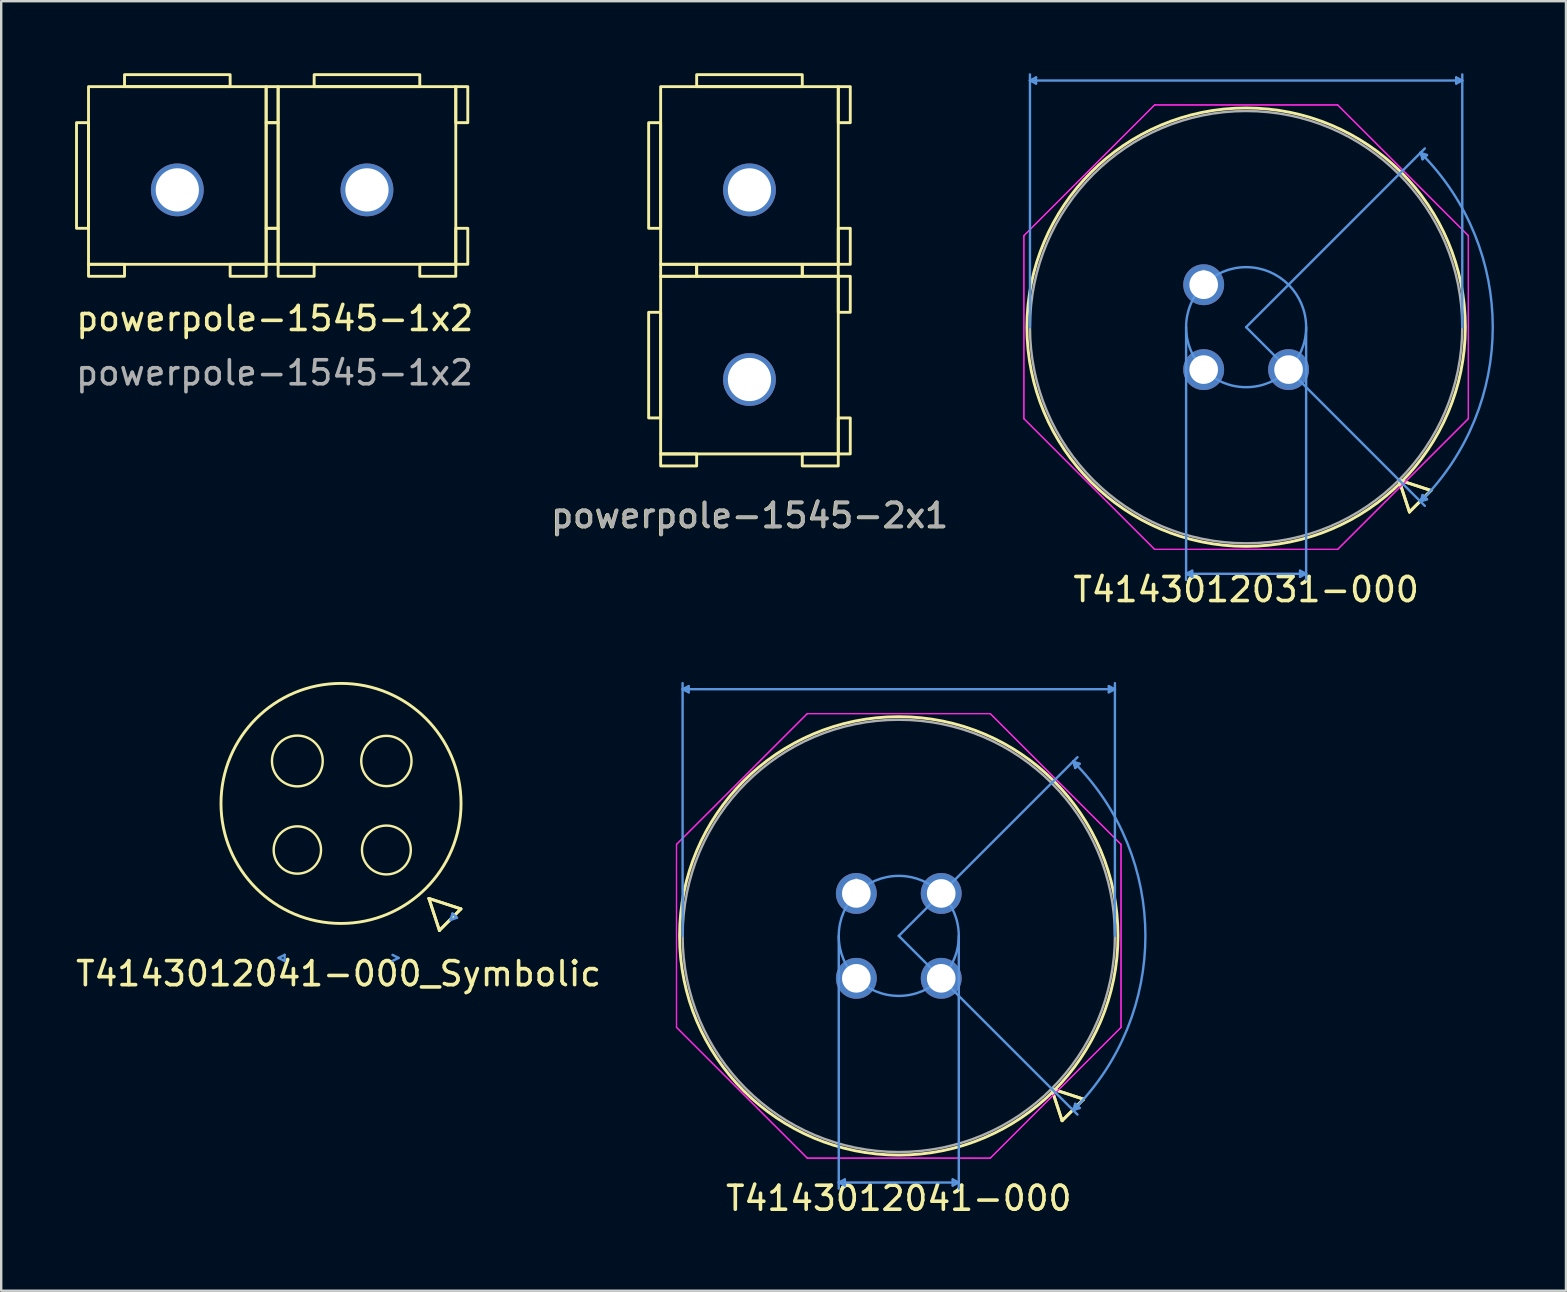
<source format=kicad_pcb>
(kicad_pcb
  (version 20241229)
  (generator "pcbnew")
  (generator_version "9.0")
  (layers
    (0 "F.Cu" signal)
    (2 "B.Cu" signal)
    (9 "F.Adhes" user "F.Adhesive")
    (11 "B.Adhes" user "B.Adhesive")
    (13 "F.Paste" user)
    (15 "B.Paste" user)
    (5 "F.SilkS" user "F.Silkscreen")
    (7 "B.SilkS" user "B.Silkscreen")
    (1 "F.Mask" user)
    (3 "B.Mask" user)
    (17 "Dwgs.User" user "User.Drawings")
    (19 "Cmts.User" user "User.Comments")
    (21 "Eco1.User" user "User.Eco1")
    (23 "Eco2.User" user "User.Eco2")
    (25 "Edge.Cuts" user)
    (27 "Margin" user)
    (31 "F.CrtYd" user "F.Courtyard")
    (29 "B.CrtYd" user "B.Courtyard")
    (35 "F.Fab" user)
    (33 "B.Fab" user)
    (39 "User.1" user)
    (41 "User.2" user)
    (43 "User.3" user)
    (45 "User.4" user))
  (footprint "T4143012041-000"
    (layer "F.Cu")
    (at 32.623 34.169)
    (property "Reference" "T4143012041-000" (at 1.768 12.7 0) (layer "F.SilkS") (effects (font (size 1 1) (thickness 0.15))))
    (attr through_hole)
    (fp_line (start 8.135 8.135) (end 9.467 8.571) (stroke (width 0.12) (type solid)) (layer "F.SilkS"))
    (fp_line (start 8.135 8.135) (end 9.467 8.571) (stroke (width 0.12) (type solid)) (layer "F.SilkS"))
    (fp_line (start 8.571 9.467) (end 8.135 8.135) (stroke (width 0.12) (type solid)) (layer "F.SilkS"))
    (fp_line (start 8.571 9.467) (end 8.135 8.135) (stroke (width 0.12) (type solid)) (layer "F.SilkS"))
    (fp_line (start 9.467 8.571) (end 8.571 9.467) (stroke (width 0.12) (type solid)) (layer "F.SilkS"))
    (fp_line (start 9.467 8.571) (end 8.571 9.467) (stroke (width 0.12) (type solid)) (layer "F.SilkS"))
    (fp_circle (center 1.768 1.768) (end 10.899 1.768) (stroke (width 0.12) (type solid)) (fill no) (layer "F.SilkS"))
    (fp_line (start -7.237 -8.507) (end -6.983 -8.38) (stroke (width 0.1) (type solid)) (layer "Cmts.User"))
    (fp_line (start -7.237 -8.507) (end 10.772 -8.507) (stroke (width 0.1) (type solid)) (layer "Cmts.User"))
    (fp_line (start -7.237 1.768) (end -7.237 -8.761) (stroke (width 0.1) (type solid)) (layer "Cmts.User"))
    (fp_line (start -6.983 -8.634) (end -7.237 -8.507) (stroke (width 0.1) (type solid)) (layer "Cmts.User"))
    (fp_line (start -6.983 -8.38) (end -6.983 -8.634) (stroke (width 0.1) (type solid)) (layer "Cmts.User"))
    (fp_line (start -0.732 1.768) (end -0.732 12.296) (stroke (width 0.1) (type solid)) (layer "Cmts.User"))
    (fp_line (start -0.732 12.042) (end -0.478 11.915) (stroke (width 0.1) (type solid)) (layer "Cmts.User"))
    (fp_line (start -0.732 12.042) (end 4.268 12.042) (stroke (width 0.1) (type solid)) (layer "Cmts.User"))
    (fp_line (start -0.478 11.915) (end -0.478 12.169) (stroke (width 0.1) (type solid)) (layer "Cmts.User"))
    (fp_line (start -0.478 12.169) (end -0.732 12.042) (stroke (width 0.1) (type solid)) (layer "Cmts.User"))
    (fp_line (start 1.768 1.768) (end 9.212 -5.677) (stroke (width 0.1) (type solid)) (layer "Cmts.User"))
    (fp_line (start 1.768 1.768) (end 9.212 9.212) (stroke (width 0.1) (type solid)) (layer "Cmts.User"))
    (fp_line (start 4.014 11.915) (end 4.014 12.169) (stroke (width 0.1) (type solid)) (layer "Cmts.User"))
    (fp_line (start 4.014 12.169) (end 4.268 12.042) (stroke (width 0.1) (type solid)) (layer "Cmts.User"))
    (fp_line (start 4.268 1.768) (end 4.268 12.296) (stroke (width 0.1) (type solid)) (layer "Cmts.User"))
    (fp_line (start 4.268 12.042) (end 4.014 11.915) (stroke (width 0.1) (type solid)) (layer "Cmts.User"))
    (fp_line (start 9.033 -5.497) (end 9.302 -5.403) (stroke (width 0.1) (type solid)) (layer "Cmts.User"))
    (fp_line (start 9.033 9.033) (end 9.302 8.939) (stroke (width 0.1) (type solid)) (layer "Cmts.User"))
    (fp_line (start 9.118 -5.228) (end 9.033 -5.497) (stroke (width 0.1) (type solid)) (layer "Cmts.User"))
    (fp_line (start 9.118 8.763) (end 9.033 9.033) (stroke (width 0.1) (type solid)) (layer "Cmts.User"))
    (fp_line (start 9.302 -5.403) (end 9.118 -5.228) (stroke (width 0.1) (type solid)) (layer "Cmts.User"))
    (fp_line (start 9.302 8.939) (end 9.118 8.763) (stroke (width 0.1) (type solid)) (layer "Cmts.User"))
    (fp_line (start 10.518 -8.634) (end 10.772 -8.507) (stroke (width 0.1) (type solid)) (layer "Cmts.User"))
    (fp_line (start 10.518 -8.38) (end 10.518 -8.634) (stroke (width 0.1) (type solid)) (layer "Cmts.User"))
    (fp_line (start 10.772 -8.507) (end 10.518 -8.38) (stroke (width 0.1) (type solid)) (layer "Cmts.User"))
    (fp_line (start 10.772 1.768) (end 10.772 -8.761) (stroke (width 0.1) (type solid)) (layer "Cmts.User"))
    (fp_arc (start 9.032794 -5.49726) (mid 12.042067 1.767767) (end 9.032794 9.032794) (stroke (width 0.1) (type solid)) (layer "Cmts.User"))
    (fp_circle (center 1.768 1.768) (end 4.268 1.768) (stroke (width 0.1) (type solid)) (fill no) (layer "Cmts.User"))
    (fp_line (start -7.491 -2.044) (end -2.044 -7.491) (stroke (width 0.05) (type solid)) (layer "F.CrtYd"))
    (fp_line (start -7.491 -2.044) (end -2.044 -7.491) (stroke (width 0.05) (type solid)) (layer "F.CrtYd"))
    (fp_line (start -7.491 5.58) (end -7.491 -2.044) (stroke (width 0.05) (type solid)) (layer "F.CrtYd"))
    (fp_line (start -7.491 5.58) (end -7.491 -2.044) (stroke (width 0.05) (type solid)) (layer "F.CrtYd"))
    (fp_line (start -2.044 -7.491) (end 5.58 -7.491) (stroke (width 0.05) (type solid)) (layer "F.CrtYd"))
    (fp_line (start -2.044 -7.491) (end 5.58 -7.491) (stroke (width 0.05) (type solid)) (layer "F.CrtYd"))
    (fp_line (start -2.044 11.026) (end -7.491 5.58) (stroke (width 0.05) (type solid)) (layer "F.CrtYd"))
    (fp_line (start -2.044 11.026) (end -7.491 5.58) (stroke (width 0.05) (type solid)) (layer "F.CrtYd"))
    (fp_line (start 5.58 -7.491) (end 11.026 -2.044) (stroke (width 0.05) (type solid)) (layer "F.CrtYd"))
    (fp_line (start 5.58 -7.491) (end 11.026 -2.044) (stroke (width 0.05) (type solid)) (layer "F.CrtYd"))
    (fp_line (start 5.58 11.026) (end -2.044 11.026) (stroke (width 0.05) (type solid)) (layer "F.CrtYd"))
    (fp_line (start 5.58 11.026) (end -2.044 11.026) (stroke (width 0.05) (type solid)) (layer "F.CrtYd"))
    (fp_line (start 11.026 -2.044) (end 11.026 5.58) (stroke (width 0.05) (type solid)) (layer "F.CrtYd"))
    (fp_line (start 11.026 -2.044) (end 11.026 5.58) (stroke (width 0.05) (type solid)) (layer "F.CrtYd"))
    (fp_line (start 11.026 5.58) (end 5.58 11.026) (stroke (width 0.05) (type solid)) (layer "F.CrtYd"))
    (fp_line (start 11.026 5.58) (end 5.58 11.026) (stroke (width 0.05) (type solid)) (layer "F.CrtYd"))
    (fp_circle (center 1.768 1.768) (end 10.772 1.768) (stroke (width 0.1) (type solid)) (fill no) (layer "F.Fab"))
    (fp_text user "*" (at 0 0 0) (layer "F.SilkS") (effects (font (size 1 1) (thickness 0.15))))
    (fp_text user "Copyright 2021 Accelerated Designs. All rights reserved." (at 0 0 0) (layer "Cmts.User") (effects (font (size 0.127 0.127) (thickness 0.002))))
    (fp_text user "*" (at 0 0 0) (layer "F.Fab") (effects (font (size 1 1) (thickness 0.15))))
    (pad "1" thru_hole circle (at 3.536 3.536) (size 1.702 1.702) (drill 1.194) (layers "*.Cu" "*.Mask"))
    (pad "2" thru_hole circle (at 0.000001 3.536 90) (size 1.702 1.702) (drill 1.194) (layers "*.Cu" "*.Mask"))
    (pad "3" thru_hole circle (at 0.000001 0.000001) (size 1.702 1.702) (drill 1.194) (layers "*.Cu" "*.Mask"))
    (pad "4" thru_hole circle (at 3.536 0.000001 90) (size 1.702 1.702) (drill 1.194) (layers "*.Cu" "*.Mask")))
  (footprint "T4143012041-000_Symbolic"
    (layer "F.Cu")
    (at 9.388 28.651)
    (property "Reference" "T4143012041-000_Symbolic" (at 1.666 8.862 0) (layer "F.SilkS") (effects (font (size 1 1) (thickness 0.15))))
    (attr through_hole)
    (fp_line (start 5.43 5.726) (end 6.762 6.162) (stroke (width 0.12) (type solid)) (layer "F.SilkS"))
    (fp_line (start 5.43 5.726) (end 6.762 6.162) (stroke (width 0.12) (type solid)) (layer "F.SilkS"))
    (fp_line (start 5.866 7.058) (end 5.43 5.726) (stroke (width 0.12) (type solid)) (layer "F.SilkS"))
    (fp_line (start 5.866 7.058) (end 5.43 5.726) (stroke (width 0.12) (type solid)) (layer "F.SilkS"))
    (fp_line (start 6.762 6.162) (end 5.866 7.058) (stroke (width 0.12) (type solid)) (layer "F.SilkS"))
    (fp_line (start 6.762 6.162) (end 5.866 7.058) (stroke (width 0.12) (type solid)) (layer "F.SilkS"))
    (fp_circle (center -0.051 0) (end 0.813 -0.61) (stroke (width 0.1) (type solid)) (fill no) (layer "F.SilkS"))
    (fp_circle (center -0.051 3.708) (end 0.914 3.505) (stroke (width 0.1) (type solid)) (fill no) (layer "F.SilkS"))
    (fp_circle (center 1.768 1.768) (end 6.768 1.768) (stroke (width 0.12) (type solid)) (fill no) (layer "F.SilkS"))
    (fp_circle (center 3.658 0) (end 4.674 -0.254) (stroke (width 0.1) (type solid)) (fill no) (layer "F.SilkS"))
    (fp_circle (center 3.658 3.708) (end 4.674 3.658) (stroke (width 0.1) (type solid)) (fill no) (layer "F.SilkS"))
    (fp_line (start -0.834 8.204) (end -0.58 8.077) (stroke (width 0.1) (type solid)) (layer "Cmts.User"))
    (fp_line (start -0.58 8.077) (end -0.58 8.331) (stroke (width 0.1) (type solid)) (layer "Cmts.User"))
    (fp_line (start -0.58 8.331) (end -0.834 8.204) (stroke (width 0.1) (type solid)) (layer "Cmts.User"))
    (fp_line (start 3.912 8.331) (end 4.166 8.204) (stroke (width 0.1) (type solid)) (layer "Cmts.User"))
    (fp_line (start 4.166 8.204) (end 3.912 8.077) (stroke (width 0.1) (type solid)) (layer "Cmts.User"))
    (fp_line (start 6.328 6.624) (end 6.597 6.529) (stroke (width 0.1) (type solid)) (layer "Cmts.User"))
    (fp_line (start 6.413 6.354) (end 6.328 6.624) (stroke (width 0.1) (type solid)) (layer "Cmts.User"))
    (fp_line (start 6.597 6.529) (end 6.413 6.354) (stroke (width 0.1) (type solid)) (layer "Cmts.User"))
    (fp_text user "Copyright 2021 Accelerated Designs. All rights reserved." (at 0 0 0) (layer "Cmts.User") (effects (font (size 0.127 0.127) (thickness 0.002)))))
  (footprint "powerpole-1545-1x2"
    (layer "F.Cu")
    (at 12.237 4.86)
    (property "Reference" "powerpole-1545-1x2" (at -3.84 5.36 0) (unlocked yes) (layer "F.SilkS") (effects (font (size 1 1) (thickness 0.15))))
    (attr through_hole)
    (fp_rect (start -11.6 -4.3) (end -4.2 3.1) (stroke (width 0.12) (type solid)) (fill no) (layer "F.SilkS"))
    (fp_rect (start -11.6 1.6) (end -12.1 -2.8) (stroke (width 0.12) (type solid)) (fill no) (layer "F.SilkS"))
    (fp_rect (start -11.6 3.1) (end -10.1 3.6) (stroke (width 0.12) (type solid)) (fill no) (layer "F.SilkS"))
    (fp_rect (start -5.7 -4.8) (end -10.1 -4.3) (stroke (width 0.12) (type solid)) (fill no) (layer "F.SilkS"))
    (fp_rect (start -4.2 -4.3) (end -3.7 -2.8) (stroke (width 0.12) (type solid)) (fill no) (layer "F.SilkS"))
    (fp_rect (start -4.2 3.1) (end -5.7 3.6) (stroke (width 0.12) (type solid)) (fill no) (layer "F.SilkS"))
    (fp_rect (start -4.2 3.1) (end -3.7 1.6) (stroke (width 0.12) (type solid)) (fill no) (layer "F.SilkS"))
    (fp_rect (start -3.7 -4.3) (end 3.7 3.1) (stroke (width 0.12) (type solid)) (fill no) (layer "F.SilkS"))
    (fp_rect (start -3.7 1.6) (end -4.2 -2.8) (stroke (width 0.12) (type solid)) (fill no) (layer "F.SilkS"))
    (fp_rect (start -3.7 3.1) (end -2.2 3.6) (stroke (width 0.12) (type solid)) (fill no) (layer "F.SilkS"))
    (fp_rect (start 2.2 -4.8) (end -2.2 -4.3) (stroke (width 0.12) (type solid)) (fill no) (layer "F.SilkS"))
    (fp_rect (start 3.7 -4.3) (end 4.2 -2.8) (stroke (width 0.12) (type solid)) (fill no) (layer "F.SilkS"))
    (fp_rect (start 3.7 3.1) (end 2.2 3.6) (stroke (width 0.12) (type solid)) (fill no) (layer "F.SilkS"))
    (fp_rect (start 3.7 3.1) (end 4.2 1.6) (stroke (width 0.12) (type solid)) (fill no) (layer "F.SilkS"))
    (fp_text user "${REFERENCE}" (at -3.85 7.62 0) (unlocked yes) (layer "F.Fab") (effects (font (size 1 1) (thickness 0.15))))
    (pad "1" thru_hole circle (at 0 0) (size 2.2 2.2) (drill 1.8) (layers "*.Cu" "*.Mask"))
    (pad "2" thru_hole circle (at -7.9 0) (size 2.2 2.2) (drill 1.8) (layers "*.Cu" "*.Mask")))
  (footprint "powerpole-1545-2x1"
    (layer "F.Cu")
    (at 28.171 12.76)
    (property "Reference" "powerpole-1545-2x1" (at 0 5.67 0) (unlocked yes) (layer "F.SilkS") (effects (font (size 1 1) (thickness 0.15))))
    (attr through_hole)
    (fp_rect (start -3.7 -12.2) (end 3.7 -4.8) (stroke (width 0.12) (type solid)) (fill no) (layer "F.SilkS"))
    (fp_rect (start -3.7 -6.3) (end -4.2 -10.7) (stroke (width 0.12) (type solid)) (fill no) (layer "F.SilkS"))
    (fp_rect (start -3.7 -4.8) (end -2.2 -4.3) (stroke (width 0.12) (type solid)) (fill no) (layer "F.SilkS"))
    (fp_rect (start -3.7 -4.3) (end 3.7 3.1) (stroke (width 0.12) (type solid)) (fill no) (layer "F.SilkS"))
    (fp_rect (start -3.7 1.6) (end -4.2 -2.8) (stroke (width 0.12) (type solid)) (fill no) (layer "F.SilkS"))
    (fp_rect (start -3.7 3.1) (end -2.2 3.6) (stroke (width 0.12) (type solid)) (fill no) (layer "F.SilkS"))
    (fp_rect (start 2.2 -12.7) (end -2.2 -12.2) (stroke (width 0.12) (type solid)) (fill no) (layer "F.SilkS"))
    (fp_rect (start 2.2 -4.8) (end -2.2 -4.3) (stroke (width 0.12) (type solid)) (fill no) (layer "F.SilkS"))
    (fp_rect (start 3.7 -12.2) (end 4.2 -10.7) (stroke (width 0.12) (type solid)) (fill no) (layer "F.SilkS"))
    (fp_rect (start 3.7 -4.8) (end 2.2 -4.3) (stroke (width 0.12) (type solid)) (fill no) (layer "F.SilkS"))
    (fp_rect (start 3.7 -4.8) (end 4.2 -6.3) (stroke (width 0.12) (type solid)) (fill no) (layer "F.SilkS"))
    (fp_rect (start 3.7 -4.3) (end 4.2 -2.8) (stroke (width 0.12) (type solid)) (fill no) (layer "F.SilkS"))
    (fp_rect (start 3.7 3.1) (end 2.2 3.6) (stroke (width 0.12) (type solid)) (fill no) (layer "F.SilkS"))
    (fp_rect (start 3.7 3.1) (end 4.2 1.6) (stroke (width 0.12) (type solid)) (fill no) (layer "F.SilkS"))
    (fp_text user "${REFERENCE}" (at 0.02 5.66 0) (unlocked yes) (layer "F.Fab") (effects (font (size 1 1) (thickness 0.15))))
    (pad "1" thru_hole circle (at 0 0) (size 2.2 2.2) (drill 1.8) (layers "*.Cu" "*.Mask"))
    (pad "2" thru_hole circle (at 0 -7.9) (size 2.2 2.2) (drill 1.8) (layers "*.Cu" "*.Mask")))
  (footprint "T4143012031-000"
    (layer "F.Cu")
    (at 47.093 8.811)
    (property "Reference" "T4143012031-000" (at 1.768 12.7 0) (layer "F.SilkS") (effects (font (size 1 1) (thickness 0.15))))
    (attr through_hole)
    (fp_line (start 8.135 8.135) (end 9.467 8.571) (stroke (width 0.12) (type solid)) (layer "F.SilkS"))
    (fp_line (start 8.135 8.135) (end 9.467 8.571) (stroke (width 0.12) (type solid)) (layer "F.SilkS"))
    (fp_line (start 8.571 9.467) (end 8.135 8.135) (stroke (width 0.12) (type solid)) (layer "F.SilkS"))
    (fp_line (start 8.571 9.467) (end 8.135 8.135) (stroke (width 0.12) (type solid)) (layer "F.SilkS"))
    (fp_line (start 9.467 8.571) (end 8.571 9.467) (stroke (width 0.12) (type solid)) (layer "F.SilkS"))
    (fp_line (start 9.467 8.571) (end 8.571 9.467) (stroke (width 0.12) (type solid)) (layer "F.SilkS"))
    (fp_circle (center 1.768 1.768) (end 10.899 1.768) (stroke (width 0.12) (type solid)) (fill no) (layer "F.SilkS"))
    (fp_line (start -7.237 -8.507) (end -6.983 -8.38) (stroke (width 0.1) (type solid)) (layer "Cmts.User"))
    (fp_line (start -7.237 -8.507) (end 10.772 -8.507) (stroke (width 0.1) (type solid)) (layer "Cmts.User"))
    (fp_line (start -7.237 1.768) (end -7.237 -8.761) (stroke (width 0.1) (type solid)) (layer "Cmts.User"))
    (fp_line (start -6.983 -8.634) (end -7.237 -8.507) (stroke (width 0.1) (type solid)) (layer "Cmts.User"))
    (fp_line (start -6.983 -8.38) (end -6.983 -8.634) (stroke (width 0.1) (type solid)) (layer "Cmts.User"))
    (fp_line (start -0.732 1.768) (end -0.732 12.296) (stroke (width 0.1) (type solid)) (layer "Cmts.User"))
    (fp_line (start -0.732 12.042) (end -0.478 11.915) (stroke (width 0.1) (type solid)) (layer "Cmts.User"))
    (fp_line (start -0.732 12.042) (end 4.268 12.042) (stroke (width 0.1) (type solid)) (layer "Cmts.User"))
    (fp_line (start -0.478 11.915) (end -0.478 12.169) (stroke (width 0.1) (type solid)) (layer "Cmts.User"))
    (fp_line (start -0.478 12.169) (end -0.732 12.042) (stroke (width 0.1) (type solid)) (layer "Cmts.User"))
    (fp_line (start 1.768 1.768) (end 9.212 -5.677) (stroke (width 0.1) (type solid)) (layer "Cmts.User"))
    (fp_line (start 1.768 1.768) (end 9.212 9.212) (stroke (width 0.1) (type solid)) (layer "Cmts.User"))
    (fp_line (start 4.014 11.915) (end 4.014 12.169) (stroke (width 0.1) (type solid)) (layer "Cmts.User"))
    (fp_line (start 4.014 12.169) (end 4.268 12.042) (stroke (width 0.1) (type solid)) (layer "Cmts.User"))
    (fp_line (start 4.268 1.768) (end 4.268 12.296) (stroke (width 0.1) (type solid)) (layer "Cmts.User"))
    (fp_line (start 4.268 12.042) (end 4.014 11.915) (stroke (width 0.1) (type solid)) (layer "Cmts.User"))
    (fp_line (start 9.033 -5.497) (end 9.302 -5.403) (stroke (width 0.1) (type solid)) (layer "Cmts.User"))
    (fp_line (start 9.033 9.033) (end 9.302 8.939) (stroke (width 0.1) (type solid)) (layer "Cmts.User"))
    (fp_line (start 9.118 -5.228) (end 9.033 -5.497) (stroke (width 0.1) (type solid)) (layer "Cmts.User"))
    (fp_line (start 9.118 8.763) (end 9.033 9.033) (stroke (width 0.1) (type solid)) (layer "Cmts.User"))
    (fp_line (start 9.302 -5.403) (end 9.118 -5.228) (stroke (width 0.1) (type solid)) (layer "Cmts.User"))
    (fp_line (start 9.302 8.939) (end 9.118 8.763) (stroke (width 0.1) (type solid)) (layer "Cmts.User"))
    (fp_line (start 10.518 -8.634) (end 10.772 -8.507) (stroke (width 0.1) (type solid)) (layer "Cmts.User"))
    (fp_line (start 10.518 -8.38) (end 10.518 -8.634) (stroke (width 0.1) (type solid)) (layer "Cmts.User"))
    (fp_line (start 10.772 -8.507) (end 10.518 -8.38) (stroke (width 0.1) (type solid)) (layer "Cmts.User"))
    (fp_line (start 10.772 1.768) (end 10.772 -8.761) (stroke (width 0.1) (type solid)) (layer "Cmts.User"))
    (fp_arc (start 9.032794 -5.49726) (mid 12.042067 1.767767) (end 9.032794 9.032794) (stroke (width 0.1) (type solid)) (layer "Cmts.User"))
    (fp_circle (center 1.768 1.768) (end 4.268 1.768) (stroke (width 0.1) (type solid)) (fill no) (layer "Cmts.User"))
    (fp_line (start -7.491 -2.044) (end -2.044 -7.491) (stroke (width 0.05) (type solid)) (layer "F.CrtYd"))
    (fp_line (start -7.491 -2.044) (end -2.044 -7.491) (stroke (width 0.05) (type solid)) (layer "F.CrtYd"))
    (fp_line (start -7.491 5.58) (end -7.491 -2.044) (stroke (width 0.05) (type solid)) (layer "F.CrtYd"))
    (fp_line (start -7.491 5.58) (end -7.491 -2.044) (stroke (width 0.05) (type solid)) (layer "F.CrtYd"))
    (fp_line (start -2.044 -7.491) (end 5.58 -7.491) (stroke (width 0.05) (type solid)) (layer "F.CrtYd"))
    (fp_line (start -2.044 -7.491) (end 5.58 -7.491) (stroke (width 0.05) (type solid)) (layer "F.CrtYd"))
    (fp_line (start -2.044 11.026) (end -7.491 5.58) (stroke (width 0.05) (type solid)) (layer "F.CrtYd"))
    (fp_line (start -2.044 11.026) (end -7.491 5.58) (stroke (width 0.05) (type solid)) (layer "F.CrtYd"))
    (fp_line (start 5.58 -7.491) (end 11.026 -2.044) (stroke (width 0.05) (type solid)) (layer "F.CrtYd"))
    (fp_line (start 5.58 -7.491) (end 11.026 -2.044) (stroke (width 0.05) (type solid)) (layer "F.CrtYd"))
    (fp_line (start 5.58 11.026) (end -2.044 11.026) (stroke (width 0.05) (type solid)) (layer "F.CrtYd"))
    (fp_line (start 5.58 11.026) (end -2.044 11.026) (stroke (width 0.05) (type solid)) (layer "F.CrtYd"))
    (fp_line (start 11.026 -2.044) (end 11.026 5.58) (stroke (width 0.05) (type solid)) (layer "F.CrtYd"))
    (fp_line (start 11.026 -2.044) (end 11.026 5.58) (stroke (width 0.05) (type solid)) (layer "F.CrtYd"))
    (fp_line (start 11.026 5.58) (end 5.58 11.026) (stroke (width 0.05) (type solid)) (layer "F.CrtYd"))
    (fp_line (start 11.026 5.58) (end 5.58 11.026) (stroke (width 0.05) (type solid)) (layer "F.CrtYd"))
    (fp_circle (center 1.768 1.768) (end 10.772 1.768) (stroke (width 0.1) (type solid)) (fill no) (layer "F.Fab"))
    (fp_text user "*" (at 0 0 0) (layer "F.SilkS") (effects (font (size 1 1) (thickness 0.15))))
    (fp_text user "Copyright 2021 Accelerated Designs. All rights reserved." (at 0 0 0) (layer "Cmts.User") (effects (font (size 0.127 0.127) (thickness 0.002))))
    (fp_text user "*" (at 0 0 0) (layer "F.Fab") (effects (font (size 1 1) (thickness 0.15))))
    (pad "1" thru_hole circle (at 3.536 3.536) (size 1.702 1.702) (drill 1.194) (layers "*.Cu" "*.Mask"))
    (pad "2" thru_hole circle (at 0.000001 3.536 90) (size 1.702 1.702) (drill 1.194) (layers "*.Cu" "*.Mask"))
    (pad "3" thru_hole circle (at 0.000001 0.000001) (size 1.702 1.702) (drill 1.194) (layers "*.Cu" "*.Mask")))
  (gr_rect
    (start -3 -3)
    (end 62.185 50.718)
    (stroke (width 0.1) (type default))
    (fill no)
    (layer "Edge.Cuts")))
</source>
